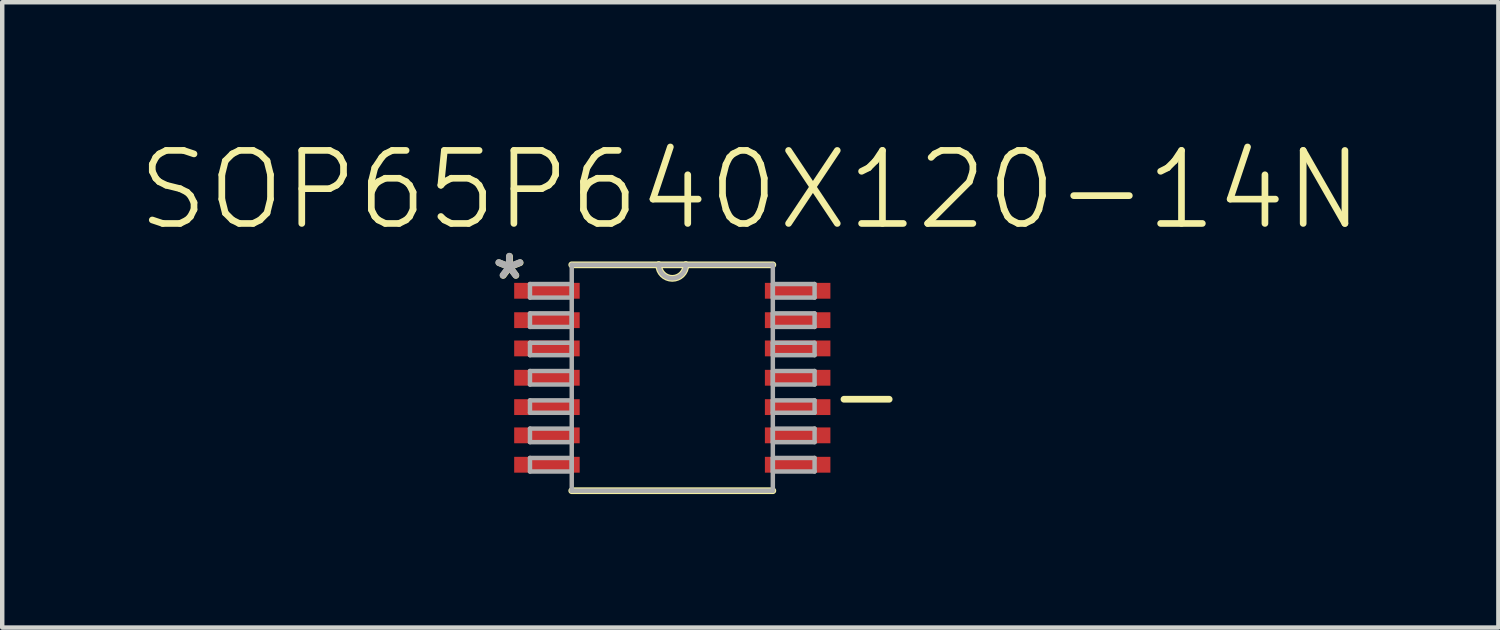
<source format=kicad_pcb>
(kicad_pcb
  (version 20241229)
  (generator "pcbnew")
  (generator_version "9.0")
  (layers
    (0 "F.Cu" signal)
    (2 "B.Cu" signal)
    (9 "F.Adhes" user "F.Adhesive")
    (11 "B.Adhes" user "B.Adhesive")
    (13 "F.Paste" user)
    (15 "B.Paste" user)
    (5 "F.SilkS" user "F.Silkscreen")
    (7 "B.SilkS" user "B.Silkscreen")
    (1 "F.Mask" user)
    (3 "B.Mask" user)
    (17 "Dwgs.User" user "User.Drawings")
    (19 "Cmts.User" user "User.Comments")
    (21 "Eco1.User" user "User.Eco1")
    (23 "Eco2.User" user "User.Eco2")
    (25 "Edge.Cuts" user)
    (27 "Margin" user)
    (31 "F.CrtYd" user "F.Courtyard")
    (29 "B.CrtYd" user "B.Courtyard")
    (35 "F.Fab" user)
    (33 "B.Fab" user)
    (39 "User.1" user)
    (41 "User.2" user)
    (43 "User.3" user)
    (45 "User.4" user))
  (footprint "SOP65P640X120-14N"
    (layer "F.Cu")
    (at 12.068 5.445)
    (property "Reference" "SOP65P640X120-14N" (at 1.755 -4.222 0) (layer "F.SilkS") (effects (font (size 1.642 1.642) (thickness 0.15))))
    (attr through_hole)
    (fp_line (start -2.261 2.54) (end 2.261 2.54) (stroke (width 0.152) (type solid)) (layer "F.SilkS"))
    (fp_line (start -0.305 -2.54) (end -2.261 -2.54) (stroke (width 0.152) (type solid)) (layer "F.SilkS"))
    (fp_line (start 0.305 -2.54) (end -0.305 -2.54) (stroke (width 0.152) (type solid)) (layer "F.SilkS"))
    (fp_line (start 2.261 -2.54) (end 0.305 -2.54) (stroke (width 0.152) (type solid)) (layer "F.SilkS"))
    (fp_line (start 3.861 0.483) (end 4.877 0.483) (stroke (width 0.152) (type solid)) (layer "F.SilkS"))
    (fp_arc (start 0.3048 -2.54) (mid 0 -2.2352) (end -0.3048 -2.54) (stroke (width 0.1524) (type solid)) (layer "F.SilkS"))
    (fp_line (start -3.2 -2.108) (end -3.2 -1.803) (stroke (width 0.1) (type solid)) (layer "F.Fab"))
    (fp_line (start -3.2 -1.803) (end -2.261 -1.803) (stroke (width 0.1) (type solid)) (layer "F.Fab"))
    (fp_line (start -3.2 -1.448) (end -3.2 -1.143) (stroke (width 0.1) (type solid)) (layer "F.Fab"))
    (fp_line (start -3.2 -1.143) (end -2.261 -1.143) (stroke (width 0.1) (type solid)) (layer "F.Fab"))
    (fp_line (start -3.2 -0.787) (end -3.2 -0.508) (stroke (width 0.1) (type solid)) (layer "F.Fab"))
    (fp_line (start -3.2 -0.508) (end -2.261 -0.508) (stroke (width 0.1) (type solid)) (layer "F.Fab"))
    (fp_line (start -3.2 -0.152) (end -3.2 0.152) (stroke (width 0.1) (type solid)) (layer "F.Fab"))
    (fp_line (start -3.2 0.152) (end -2.261 0.152) (stroke (width 0.1) (type solid)) (layer "F.Fab"))
    (fp_line (start -3.2 0.508) (end -3.2 0.787) (stroke (width 0.1) (type solid)) (layer "F.Fab"))
    (fp_line (start -3.2 0.787) (end -2.261 0.787) (stroke (width 0.1) (type solid)) (layer "F.Fab"))
    (fp_line (start -3.2 1.143) (end -3.2 1.448) (stroke (width 0.1) (type solid)) (layer "F.Fab"))
    (fp_line (start -3.2 1.448) (end -2.261 1.448) (stroke (width 0.1) (type solid)) (layer "F.Fab"))
    (fp_line (start -3.2 1.803) (end -3.2 2.108) (stroke (width 0.1) (type solid)) (layer "F.Fab"))
    (fp_line (start -3.2 2.108) (end -2.261 2.108) (stroke (width 0.1) (type solid)) (layer "F.Fab"))
    (fp_line (start -2.261 -2.54) (end -2.261 2.54) (stroke (width 0.1) (type solid)) (layer "F.Fab"))
    (fp_line (start -2.261 -2.108) (end -3.2 -2.108) (stroke (width 0.1) (type solid)) (layer "F.Fab"))
    (fp_line (start -2.261 -1.803) (end -2.261 -2.108) (stroke (width 0.1) (type solid)) (layer "F.Fab"))
    (fp_line (start -2.261 -1.448) (end -3.2 -1.448) (stroke (width 0.1) (type solid)) (layer "F.Fab"))
    (fp_line (start -2.261 -1.143) (end -2.261 -1.448) (stroke (width 0.1) (type solid)) (layer "F.Fab"))
    (fp_line (start -2.261 -0.787) (end -3.2 -0.787) (stroke (width 0.1) (type solid)) (layer "F.Fab"))
    (fp_line (start -2.261 -0.508) (end -2.261 -0.787) (stroke (width 0.1) (type solid)) (layer "F.Fab"))
    (fp_line (start -2.261 -0.152) (end -3.2 -0.152) (stroke (width 0.1) (type solid)) (layer "F.Fab"))
    (fp_line (start -2.261 0.152) (end -2.261 -0.152) (stroke (width 0.1) (type solid)) (layer "F.Fab"))
    (fp_line (start -2.261 0.508) (end -3.2 0.508) (stroke (width 0.1) (type solid)) (layer "F.Fab"))
    (fp_line (start -2.261 0.787) (end -2.261 0.508) (stroke (width 0.1) (type solid)) (layer "F.Fab"))
    (fp_line (start -2.261 1.143) (end -3.2 1.143) (stroke (width 0.1) (type solid)) (layer "F.Fab"))
    (fp_line (start -2.261 1.448) (end -2.261 1.143) (stroke (width 0.1) (type solid)) (layer "F.Fab"))
    (fp_line (start -2.261 1.803) (end -3.2 1.803) (stroke (width 0.1) (type solid)) (layer "F.Fab"))
    (fp_line (start -2.261 2.108) (end -2.261 1.803) (stroke (width 0.1) (type solid)) (layer "F.Fab"))
    (fp_line (start -2.261 2.54) (end 2.261 2.54) (stroke (width 0.1) (type solid)) (layer "F.Fab"))
    (fp_line (start -0.305 -2.54) (end -2.261 -2.54) (stroke (width 0.1) (type solid)) (layer "F.Fab"))
    (fp_line (start 0.305 -2.54) (end -0.305 -2.54) (stroke (width 0.1) (type solid)) (layer "F.Fab"))
    (fp_line (start 2.261 -2.54) (end 0.305 -2.54) (stroke (width 0.1) (type solid)) (layer "F.Fab"))
    (fp_line (start 2.261 -2.108) (end 2.261 -1.803) (stroke (width 0.1) (type solid)) (layer "F.Fab"))
    (fp_line (start 2.261 -1.803) (end 3.2 -1.803) (stroke (width 0.1) (type solid)) (layer "F.Fab"))
    (fp_line (start 2.261 -1.448) (end 2.261 -1.143) (stroke (width 0.1) (type solid)) (layer "F.Fab"))
    (fp_line (start 2.261 -1.143) (end 3.2 -1.143) (stroke (width 0.1) (type solid)) (layer "F.Fab"))
    (fp_line (start 2.261 -0.787) (end 2.261 -0.508) (stroke (width 0.1) (type solid)) (layer "F.Fab"))
    (fp_line (start 2.261 -0.508) (end 3.2 -0.508) (stroke (width 0.1) (type solid)) (layer "F.Fab"))
    (fp_line (start 2.261 -0.152) (end 2.261 0.152) (stroke (width 0.1) (type solid)) (layer "F.Fab"))
    (fp_line (start 2.261 0.152) (end 3.2 0.152) (stroke (width 0.1) (type solid)) (layer "F.Fab"))
    (fp_line (start 2.261 0.508) (end 2.261 0.787) (stroke (width 0.1) (type solid)) (layer "F.Fab"))
    (fp_line (start 2.261 0.787) (end 3.2 0.787) (stroke (width 0.1) (type solid)) (layer "F.Fab"))
    (fp_line (start 2.261 1.143) (end 2.261 1.448) (stroke (width 0.1) (type solid)) (layer "F.Fab"))
    (fp_line (start 2.261 1.448) (end 3.2 1.448) (stroke (width 0.1) (type solid)) (layer "F.Fab"))
    (fp_line (start 2.261 1.803) (end 2.261 2.108) (stroke (width 0.1) (type solid)) (layer "F.Fab"))
    (fp_line (start 2.261 2.108) (end 3.2 2.108) (stroke (width 0.1) (type solid)) (layer "F.Fab"))
    (fp_line (start 2.261 2.54) (end 2.261 -2.54) (stroke (width 0.1) (type solid)) (layer "F.Fab"))
    (fp_line (start 3.2 -2.108) (end 2.261 -2.108) (stroke (width 0.1) (type solid)) (layer "F.Fab"))
    (fp_line (start 3.2 -1.803) (end 3.2 -2.108) (stroke (width 0.1) (type solid)) (layer "F.Fab"))
    (fp_line (start 3.2 -1.448) (end 2.261 -1.448) (stroke (width 0.1) (type solid)) (layer "F.Fab"))
    (fp_line (start 3.2 -1.143) (end 3.2 -1.448) (stroke (width 0.1) (type solid)) (layer "F.Fab"))
    (fp_line (start 3.2 -0.787) (end 2.261 -0.787) (stroke (width 0.1) (type solid)) (layer "F.Fab"))
    (fp_line (start 3.2 -0.508) (end 3.2 -0.787) (stroke (width 0.1) (type solid)) (layer "F.Fab"))
    (fp_line (start 3.2 -0.152) (end 2.261 -0.152) (stroke (width 0.1) (type solid)) (layer "F.Fab"))
    (fp_line (start 3.2 0.152) (end 3.2 -0.152) (stroke (width 0.1) (type solid)) (layer "F.Fab"))
    (fp_line (start 3.2 0.508) (end 2.261 0.508) (stroke (width 0.1) (type solid)) (layer "F.Fab"))
    (fp_line (start 3.2 0.787) (end 3.2 0.508) (stroke (width 0.1) (type solid)) (layer "F.Fab"))
    (fp_line (start 3.2 1.143) (end 2.261 1.143) (stroke (width 0.1) (type solid)) (layer "F.Fab"))
    (fp_line (start 3.2 1.448) (end 3.2 1.143) (stroke (width 0.1) (type solid)) (layer "F.Fab"))
    (fp_line (start 3.2 1.803) (end 2.261 1.803) (stroke (width 0.1) (type solid)) (layer "F.Fab"))
    (fp_line (start 3.2 2.108) (end 3.2 1.803) (stroke (width 0.1) (type solid)) (layer "F.Fab"))
    (fp_arc (start 0.3048 -2.54) (mid 0 -2.2352) (end -0.3048 -2.54) (stroke (width 0.1) (type solid)) (layer "F.Fab"))
    (fp_text user "*" (at -3.659 -2.185 0) (layer "F.SilkS") (effects (font (size 1 1) (thickness 0.15))))
    (fp_text user "*" (at -3.665 -2.189 0) (layer "F.Fab") (effects (font (size 1.002 1.002) (thickness 0.15))))
    (pad "1" smd rect (at -2.819 -1.956) (size 1.473 0.356) (layers "F.Cu" "F.Mask" "F.Paste"))
    (pad "2" smd rect (at -2.819 -1.295) (size 1.473 0.356) (layers "F.Cu" "F.Mask" "F.Paste"))
    (pad "3" smd rect (at -2.819 -0.66) (size 1.473 0.356) (layers "F.Cu" "F.Mask" "F.Paste"))
    (pad "4" smd rect (at -2.819 0) (size 1.473 0.356) (layers "F.Cu" "F.Mask" "F.Paste"))
    (pad "5" smd rect (at -2.819 0.66) (size 1.473 0.356) (layers "F.Cu" "F.Mask" "F.Paste"))
    (pad "6" smd rect (at -2.819 1.295) (size 1.473 0.356) (layers "F.Cu" "F.Mask" "F.Paste"))
    (pad "7" smd rect (at -2.819 1.956) (size 1.473 0.356) (layers "F.Cu" "F.Mask" "F.Paste"))
    (pad "8" smd rect (at 2.819 1.956) (size 1.473 0.356) (layers "F.Cu" "F.Mask" "F.Paste"))
    (pad "9" smd rect (at 2.819 1.295) (size 1.473 0.356) (layers "F.Cu" "F.Mask" "F.Paste"))
    (pad "10" smd rect (at 2.819 0.66) (size 1.473 0.356) (layers "F.Cu" "F.Mask" "F.Paste"))
    (pad "11" smd rect (at 2.819 0) (size 1.473 0.356) (layers "F.Cu" "F.Mask" "F.Paste"))
    (pad "12" smd rect (at 2.819 -0.66) (size 1.473 0.356) (layers "F.Cu" "F.Mask" "F.Paste"))
    (pad "13" smd rect (at 2.819 -1.295) (size 1.473 0.356) (layers "F.Cu" "F.Mask" "F.Paste"))
    (pad "14" smd rect (at 2.819 -1.956) (size 1.473 0.356) (layers "F.Cu" "F.Mask" "F.Paste")))
  (gr_rect
    (start -3 -3)
    (end 30.645 11.062)
    (stroke (width 0.1) (type default))
    (fill no)
    (layer "Edge.Cuts")))
</source>
